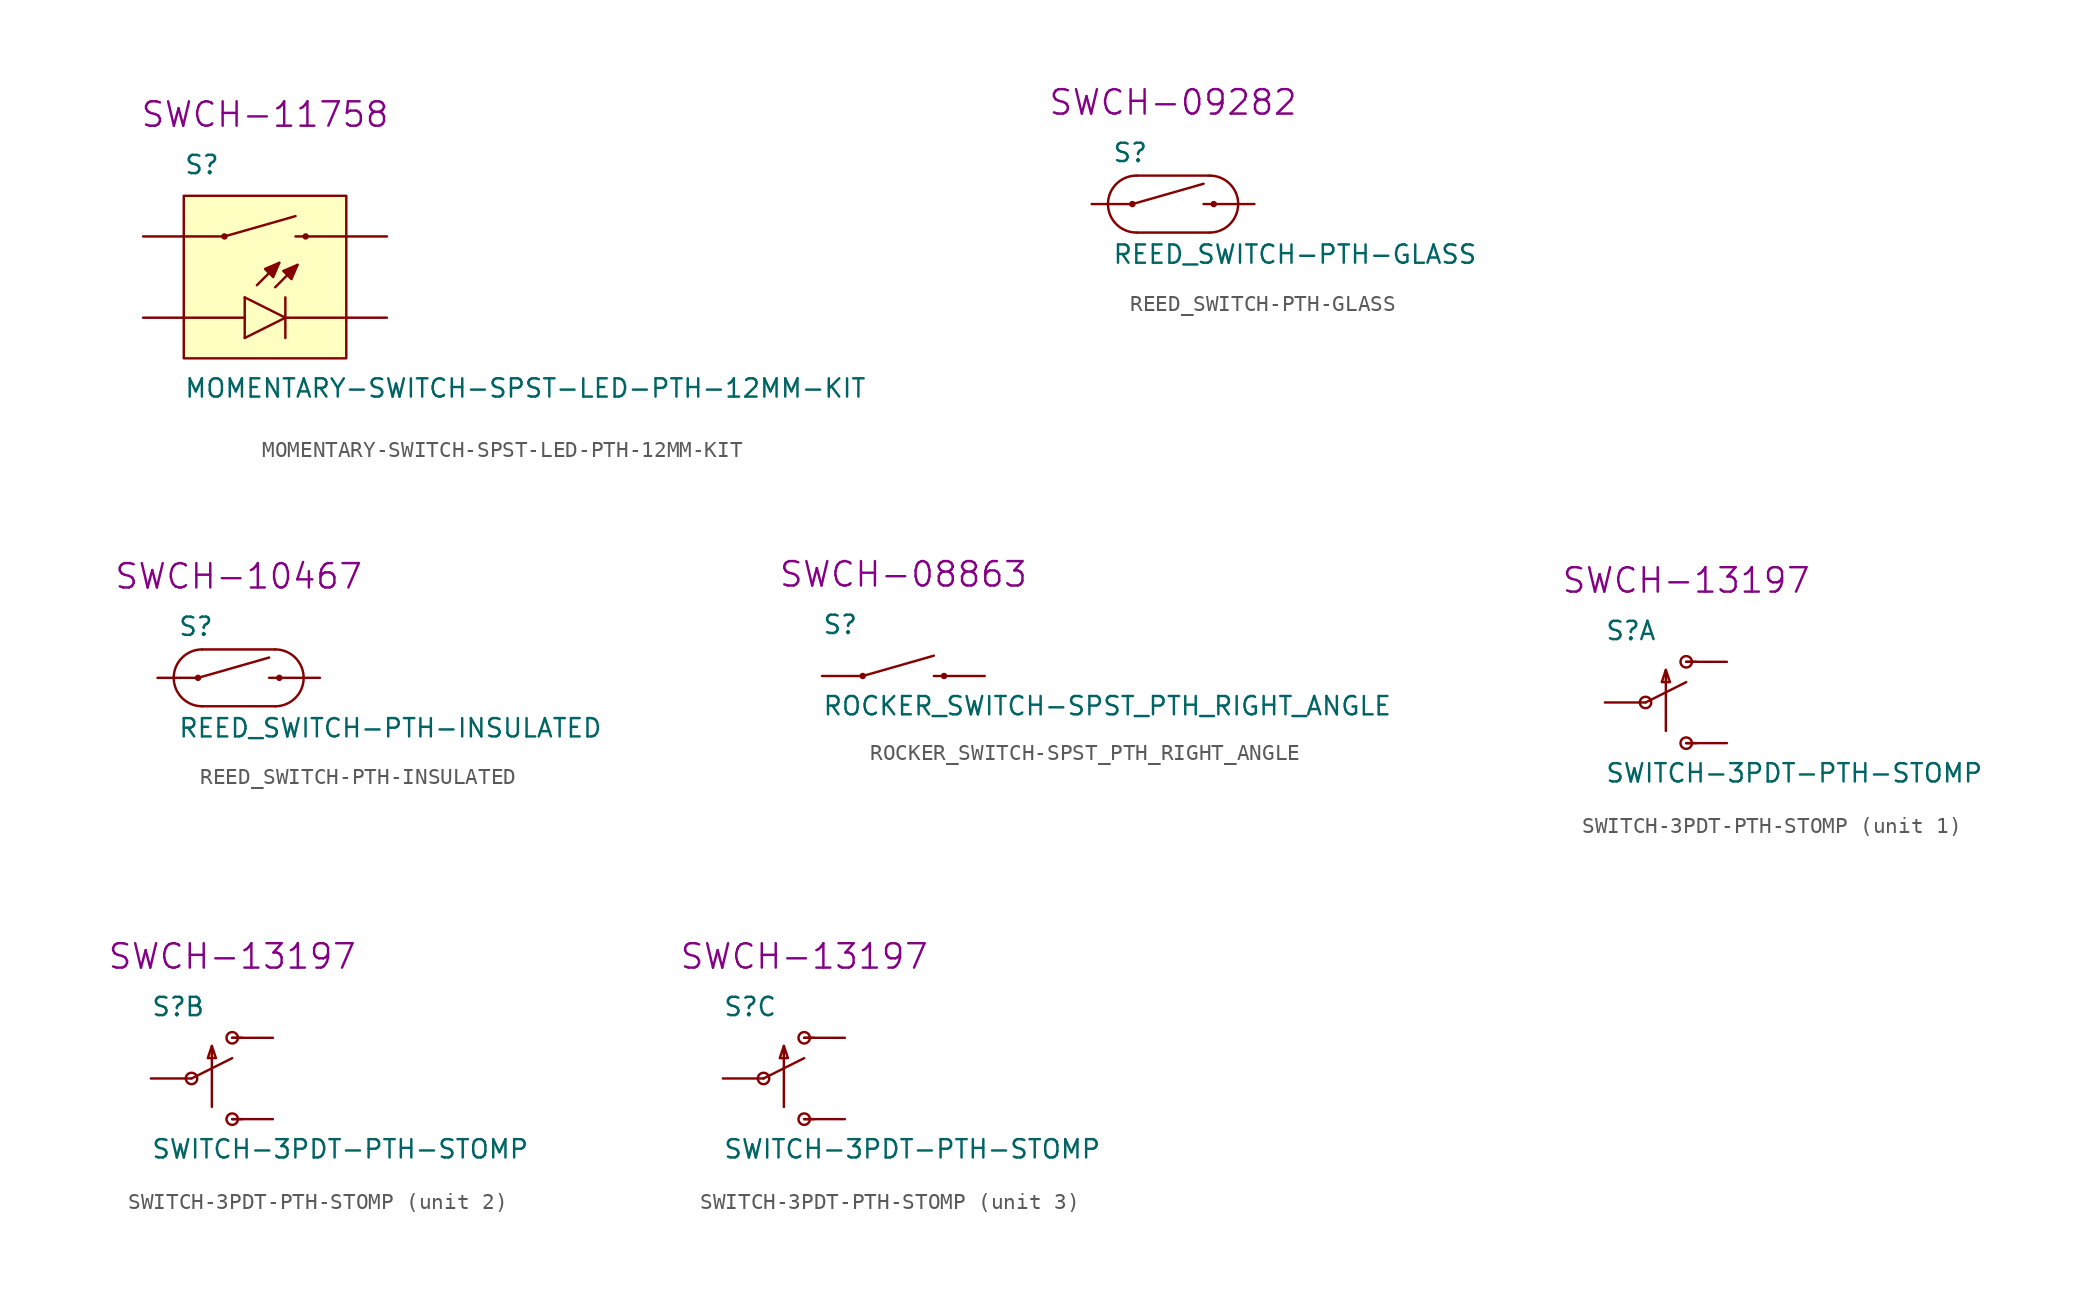
<source format=kicad_sym>
(kicad_symbol_lib
  (version 20201005)
  (generator kicad_symbol_editor)
  (symbol "MOMENTARY-SWITCH-SPST-LED-PTH-12MM-KIT"
    (pin_numbers hide)
    (pin_names
      (offset 1.016) hide)
    (property "Reference" "S"
      (at -5.08 6.35 0)
      (effects (font (size 1.143 1.143)) (justify left bottom)))
    (property "Value" "MOMENTARY-SWITCH-SPST-LED-PTH-12MM-KIT"
      (at -5.08 -7.62 0)
      (effects (font (size 1.143 1.143)) (justify left bottom)))
    (property "Field4" "SWCH-11758"
      (at 0 10.16 0)
      (effects (font (size 1.524 1.524))))
    (property "ki_locked" ""
      (at 0 0 0)
      (effects (font (size 1.27 1.27))))
    (symbol "MOMENTARY-SWITCH-SPST-LED-PTH-12MM-KIT_1_0"
      (polyline (pts (xy -5.08 -2.54) (xy -1.27 -2.54)) (stroke (width 0)) (fill (type none)))
      (polyline (pts (xy -5.08 2.54) (xy -2.54 2.54)) (stroke (width 0)) (fill (type none)))
      (polyline (pts (xy -2.54 2.54) (xy 1.905 3.81)) (stroke (width 0)) (fill (type none)))
      (polyline (pts (xy -1.27 -3.81) (xy -1.27 -2.54)) (stroke (width 0)) (fill (type none)))
      (polyline (pts (xy -1.27 -3.81) (xy 1.27 -2.54)) (stroke (width 0)) (fill (type none)))
      (polyline (pts (xy -1.27 -2.54) (xy -1.27 -1.27)) (stroke (width 0)) (fill (type none)))
      (polyline (pts (xy -0.508 -0.508) (xy 0.889 0.889)) (stroke (width 0)) (fill (type none)))
      (polyline (pts (xy 0.635 -0.635) (xy 2.032 0.762)) (stroke (width 0)) (fill (type none)))
      (polyline (pts (xy 1.27 -3.81) (xy 1.27 -2.54)) (stroke (width 0)) (fill (type none)))
      (polyline (pts (xy 1.27 -2.54) (xy -1.27 -1.27)) (stroke (width 0)) (fill (type none)))
      (polyline (pts (xy 1.27 -2.54) (xy 1.27 -1.27)) (stroke (width 0)) (fill (type none)))
      (polyline (pts (xy 1.27 -2.54) (xy 5.08 -2.54)) (stroke (width 0)) (fill (type none)))
      (polyline (pts (xy 1.905 2.54) (xy 5.08 2.54)) (stroke (width 0)) (fill (type none))))
    (symbol "MOMENTARY-SWITCH-SPST-LED-PTH-12MM-KIT_1_1"
      (circle (center -2.54 2.54) (radius 0.127) (stroke (width 0)) (fill (type outline)))
      (circle (center 2.54 2.54) (radius 0.127) (stroke (width 0)) (fill (type outline)))
      (polyline (pts (xy 0.889 0.889) (xy 0 0.508) (xy 0 0.508) (xy 0.508 0) (xy 0.508 0) (xy 0.889 0.889)) (stroke (width 0)) (fill (type outline)))
      (polyline (pts (xy 2.032 0.762) (xy 1.143 0.381) (xy 1.143 0.381) (xy 1.651 -0.127) (xy 1.651 -0.127) (xy 2.032 0.762)) (stroke (width 0)) (fill (type outline)))
      (polyline (pts (xy -5.08 5.08) (xy -5.08 2.54) (xy -5.08 -2.54) (xy -5.08 -5.08) (xy 5.08 -5.08) (xy 5.08 -2.54) (xy 5.08 2.54) (xy 5.08 5.08) (xy -5.08 5.08)) (stroke (width 0)) (fill (type background)))
      (pin passive line (at 7.62 2.54 180) (length 2.54) (name "2" (effects (font (size 1.016 1.016)))) (number "2" (effects (font (size 1.016 1.016)))))
      (pin passive line (at -7.62 2.54 0) (length 2.54) (name "1" (effects (font (size 1.016 1.016)))) (number "4" (effects (font (size 1.016 1.016)))))
      (pin passive line (at -7.62 -2.54 0) (length 2.54) (name "A" (effects (font (size 1.016 1.016)))) (number "A" (effects (font (size 1.016 1.016)))))
      (pin passive line (at 7.62 -2.54 180) (length 2.54) (name "C" (effects (font (size 1.016 1.016)))) (number "C" (effects (font (size 1.016 1.016)))))))
  (symbol "REED_SWITCH-PTH-GLASS"
    (pin_numbers hide)
    (pin_names
      (offset 1.016) hide)
    (property "Reference" "S"
      (at -3.81 2.54 0)
      (effects (font (size 1.143 1.143)) (justify left bottom)))
    (property "Value" "REED_SWITCH-PTH-GLASS"
      (at -3.81 -3.81 0)
      (effects (font (size 1.143 1.143)) (justify left bottom)))
    (property "Field4" "SWCH-09282"
      (at 0 6.35 0)
      (effects (font (size 1.524 1.524))))
    (property "ki_locked" ""
      (at 0 0 0)
      (effects (font (size 1.27 1.27))))
    (symbol "REED_SWITCH-PTH-GLASS_1_0"
      (polyline (pts (xy -2.54 0) (xy 1.905 1.27)) (stroke (width 0)) (fill (type none)))
      (polyline (pts (xy -2.286 1.778) (xy 2.286 1.778)) (stroke (width 0)) (fill (type none)))
      (polyline (pts (xy 1.905 0) (xy 2.54 0)) (stroke (width 0)) (fill (type none)))
      (polyline (pts (xy 2.286 -1.778) (xy -2.286 -1.778)) (stroke (width 0)) (fill (type none))))
    (symbol "REED_SWITCH-PTH-GLASS_1_1"
      (arc (start -2.286 1.778) (end -4.064 0) (radius (at -2.286 0) (length 1.778) (angles 90.1 179.9)) (stroke (width 0)) (fill (type none)))
      (arc (start -4.064 0) (end -2.286 -1.778) (radius (at -2.286 0) (length 1.778) (angles -179.9 -90.1)) (stroke (width 0)) (fill (type none)))
      (arc (start 4.064 0) (end 2.286 1.778) (radius (at 2.286 0) (length 1.778) (angles 0.1 89.9)) (stroke (width 0)) (fill (type none)))
      (arc (start 2.286 -1.778) (end 4.064 0) (radius (at 2.286 0) (length 1.778) (angles -89.9 -0.1)) (stroke (width 0)) (fill (type none)))
      (circle (center -2.54 0) (radius 0.127) (stroke (width 0)) (fill (type outline)))
      (circle (center 2.54 0) (radius 0.127) (stroke (width 0)) (fill (type outline)))
      (pin passive line (at -5.08 0 0) (length 2.54) (name "1" (effects (font (size 1.016 1.016)))) (number "P$1" (effects (font (size 1.016 1.016)))))
      (pin passive line (at 5.08 0 180) (length 2.54) (name "2" (effects (font (size 1.016 1.016)))) (number "P$2" (effects (font (size 1.016 1.016)))))))
  (symbol "REED_SWITCH-PTH-INSULATED"
    (pin_numbers hide)
    (pin_names
      (offset 1.016) hide)
    (property "Reference" "S"
      (at -3.81 2.54 0)
      (effects (font (size 1.143 1.143)) (justify left bottom)))
    (property "Value" "REED_SWITCH-PTH-INSULATED"
      (at -3.81 -3.81 0)
      (effects (font (size 1.143 1.143)) (justify left bottom)))
    (property "Field4" "SWCH-10467"
      (at 0 6.35 0)
      (effects (font (size 1.524 1.524))))
    (property "ki_locked" ""
      (at 0 0 0)
      (effects (font (size 1.27 1.27))))
    (symbol "REED_SWITCH-PTH-INSULATED_1_0"
      (polyline (pts (xy -2.54 0) (xy 1.905 1.27)) (stroke (width 0)) (fill (type none)))
      (polyline (pts (xy -2.286 1.778) (xy 2.286 1.778)) (stroke (width 0)) (fill (type none)))
      (polyline (pts (xy 1.905 0) (xy 2.54 0)) (stroke (width 0)) (fill (type none)))
      (polyline (pts (xy 2.286 -1.778) (xy -2.286 -1.778)) (stroke (width 0)) (fill (type none))))
    (symbol "REED_SWITCH-PTH-INSULATED_1_1"
      (arc (start -2.286 1.778) (end -4.064 0) (radius (at -2.286 0) (length 1.778) (angles 90.1 179.9)) (stroke (width 0)) (fill (type none)))
      (arc (start -4.064 0) (end -2.286 -1.778) (radius (at -2.286 0) (length 1.778) (angles -179.9 -90.1)) (stroke (width 0)) (fill (type none)))
      (arc (start 4.064 0) (end 2.286 1.778) (radius (at 2.286 0) (length 1.778) (angles 0.1 89.9)) (stroke (width 0)) (fill (type none)))
      (arc (start 2.286 -1.778) (end 4.064 0) (radius (at 2.286 0) (length 1.778) (angles -89.9 -0.1)) (stroke (width 0)) (fill (type none)))
      (circle (center -2.54 0) (radius 0.127) (stroke (width 0)) (fill (type outline)))
      (circle (center 2.54 0) (radius 0.127) (stroke (width 0)) (fill (type outline)))
      (pin passive line (at -5.08 0 0) (length 2.54) (name "1" (effects (font (size 1.016 1.016)))) (number "P$1" (effects (font (size 1.016 1.016)))))
      (pin passive line (at 5.08 0 180) (length 2.54) (name "2" (effects (font (size 1.016 1.016)))) (number "P$2" (effects (font (size 1.016 1.016)))))))
  (symbol "ROCKER_SWITCH-SPST_PTH_RIGHT_ANGLE"
    (pin_numbers hide)
    (pin_names
      (offset 1.016) hide)
    (property "Reference" "S"
      (at -5.08 2.54 0)
      (effects (font (size 1.143 1.143)) (justify left bottom)))
    (property "Value" "ROCKER_SWITCH-SPST_PTH_RIGHT_ANGLE"
      (at -5.08 -2.54 0)
      (effects (font (size 1.143 1.143)) (justify left bottom)))
    (property "Field4" "SWCH-08863"
      (at 0 6.35 0)
      (effects (font (size 1.524 1.524))))
    (property "ki_locked" ""
      (at 0 0 0)
      (effects (font (size 1.27 1.27))))
    (symbol "ROCKER_SWITCH-SPST_PTH_RIGHT_ANGLE_1_0"
      (polyline (pts (xy -2.54 0) (xy 1.905 1.27)) (stroke (width 0)) (fill (type none)))
      (polyline (pts (xy 1.905 0) (xy 2.54 0)) (stroke (width 0)) (fill (type none))))
    (symbol "ROCKER_SWITCH-SPST_PTH_RIGHT_ANGLE_1_1"
      (circle (center -2.54 0) (radius 0.127) (stroke (width 0)) (fill (type outline)))
      (circle (center 2.54 0) (radius 0.127) (stroke (width 0)) (fill (type outline)))
      (pin passive line (at -5.08 0 0) (length 2.54) (name "1" (effects (font (size 1.016 1.016)))) (number "1" (effects (font (size 1.016 1.016)))))
      (pin passive line (at 5.08 0 180) (length 2.54) (name "2" (effects (font (size 1.016 1.016)))) (number "2" (effects (font (size 1.016 1.016)))))))
  (symbol "SWITCH-3PDT-PTH-STOMP"
    (pin_numbers hide)
    (pin_names
      (offset 1.016) hide)
    (property "Reference" "S"
      (at -5.08 3.81 0)
      (effects (font (size 1.143 1.143)) (justify left bottom)))
    (property "Value" "SWITCH-3PDT-PTH-STOMP"
      (at -5.08 -5.08 0)
      (effects (font (size 1.143 1.143)) (justify left bottom)))
    (property "Field4" "SWCH-13197"
      (at 0 7.62 0)
      (effects (font (size 1.524 1.524))))
    (property "ki_locked" ""
      (at 0 0 0)
      (effects (font (size 1.27 1.27))))
    (symbol "SWITCH-3PDT-PTH-STOMP_1_0"
      (polyline (pts (xy -2.54 0) (xy 0 1.27)) (stroke (width 0)) (fill (type none)))
      (polyline (pts (xy -1.27 -1.778) (xy -1.27 2.032)) (stroke (width 0)) (fill (type none)))
      (polyline (pts (xy 0 -2.54) (xy 0.635 -2.54)) (stroke (width 0)) (fill (type none)))
      (polyline (pts (xy 0 2.54) (xy 0.635 2.54)) (stroke (width 0)) (fill (type none))))
    (symbol "SWITCH-3PDT-PTH-STOMP_1_1"
      (circle (center -2.54 0) (radius 0.356) (stroke (width 0)) (fill (type none)))
      (circle (center 0 -2.54) (radius 0.356) (stroke (width 0)) (fill (type none)))
      (circle (center 0 2.54) (radius 0.356) (stroke (width 0)) (fill (type none)))
      (polyline (pts (xy -1.27 2.032) (xy -1.524 1.27) (xy -1.016 1.27) (xy -1.27 2.032)) (stroke (width 0)) (fill (type background)))
      (pin passive line (at 2.54 2.54 180) (length 2.54) (name "O" (effects (font (size 1.016 1.016)))) (number "P$1" (effects (font (size 1.016 1.016)))))
      (pin passive line (at -5.08 0 0) (length 2.54) (name "P" (effects (font (size 1.016 1.016)))) (number "P$2" (effects (font (size 1.016 1.016)))))
      (pin passive line (at 2.54 -2.54 180) (length 2.54) (name "S" (effects (font (size 1.016 1.016)))) (number "P$3" (effects (font (size 1.016 1.016))))))
    (symbol "SWITCH-3PDT-PTH-STOMP_2_0"
      (polyline (pts (xy -2.54 0) (xy 0 1.27)) (stroke (width 0)) (fill (type none)))
      (polyline (pts (xy -1.27 -1.778) (xy -1.27 2.032)) (stroke (width 0)) (fill (type none)))
      (polyline (pts (xy 0 -2.54) (xy 0.635 -2.54)) (stroke (width 0)) (fill (type none)))
      (polyline (pts (xy 0 2.54) (xy 0.635 2.54)) (stroke (width 0)) (fill (type none))))
    (symbol "SWITCH-3PDT-PTH-STOMP_2_1"
      (circle (center -2.54 0) (radius 0.356) (stroke (width 0)) (fill (type none)))
      (circle (center 0 -2.54) (radius 0.356) (stroke (width 0)) (fill (type none)))
      (circle (center 0 2.54) (radius 0.356) (stroke (width 0)) (fill (type none)))
      (polyline (pts (xy -1.27 2.032) (xy -1.524 1.27) (xy -1.016 1.27) (xy -1.27 2.032)) (stroke (width 0)) (fill (type background)))
      (pin passive line (at 2.54 2.54 180) (length 2.54) (name "O" (effects (font (size 1.016 1.016)))) (number "P$4" (effects (font (size 1.016 1.016)))))
      (pin passive line (at -5.08 0 0) (length 2.54) (name "P" (effects (font (size 1.016 1.016)))) (number "P$5" (effects (font (size 1.016 1.016)))))
      (pin passive line (at 2.54 -2.54 180) (length 2.54) (name "S" (effects (font (size 1.016 1.016)))) (number "P$6" (effects (font (size 1.016 1.016))))))
    (symbol "SWITCH-3PDT-PTH-STOMP_3_0"
      (polyline (pts (xy -2.54 0) (xy 0 1.27)) (stroke (width 0)) (fill (type none)))
      (polyline (pts (xy -1.27 -1.778) (xy -1.27 2.032)) (stroke (width 0)) (fill (type none)))
      (polyline (pts (xy 0 -2.54) (xy 0.635 -2.54)) (stroke (width 0)) (fill (type none)))
      (polyline (pts (xy 0 2.54) (xy 0.635 2.54)) (stroke (width 0)) (fill (type none))))
    (symbol "SWITCH-3PDT-PTH-STOMP_3_1"
      (circle (center -2.54 0) (radius 0.356) (stroke (width 0)) (fill (type none)))
      (circle (center 0 -2.54) (radius 0.356) (stroke (width 0)) (fill (type none)))
      (circle (center 0 2.54) (radius 0.356) (stroke (width 0)) (fill (type none)))
      (polyline (pts (xy -1.27 2.032) (xy -1.524 1.27) (xy -1.016 1.27) (xy -1.27 2.032)) (stroke (width 0)) (fill (type background)))
      (pin passive line (at 2.54 2.54 180) (length 2.54) (name "O" (effects (font (size 1.016 1.016)))) (number "P$7" (effects (font (size 1.016 1.016)))))
      (pin passive line (at -5.08 0 0) (length 2.54) (name "P" (effects (font (size 1.016 1.016)))) (number "P$8" (effects (font (size 1.016 1.016)))))
      (pin passive line (at 2.54 -2.54 180) (length 2.54) (name "S" (effects (font (size 1.016 1.016)))) (number "P$9" (effects (font (size 1.016 1.016))))))))
</source>
